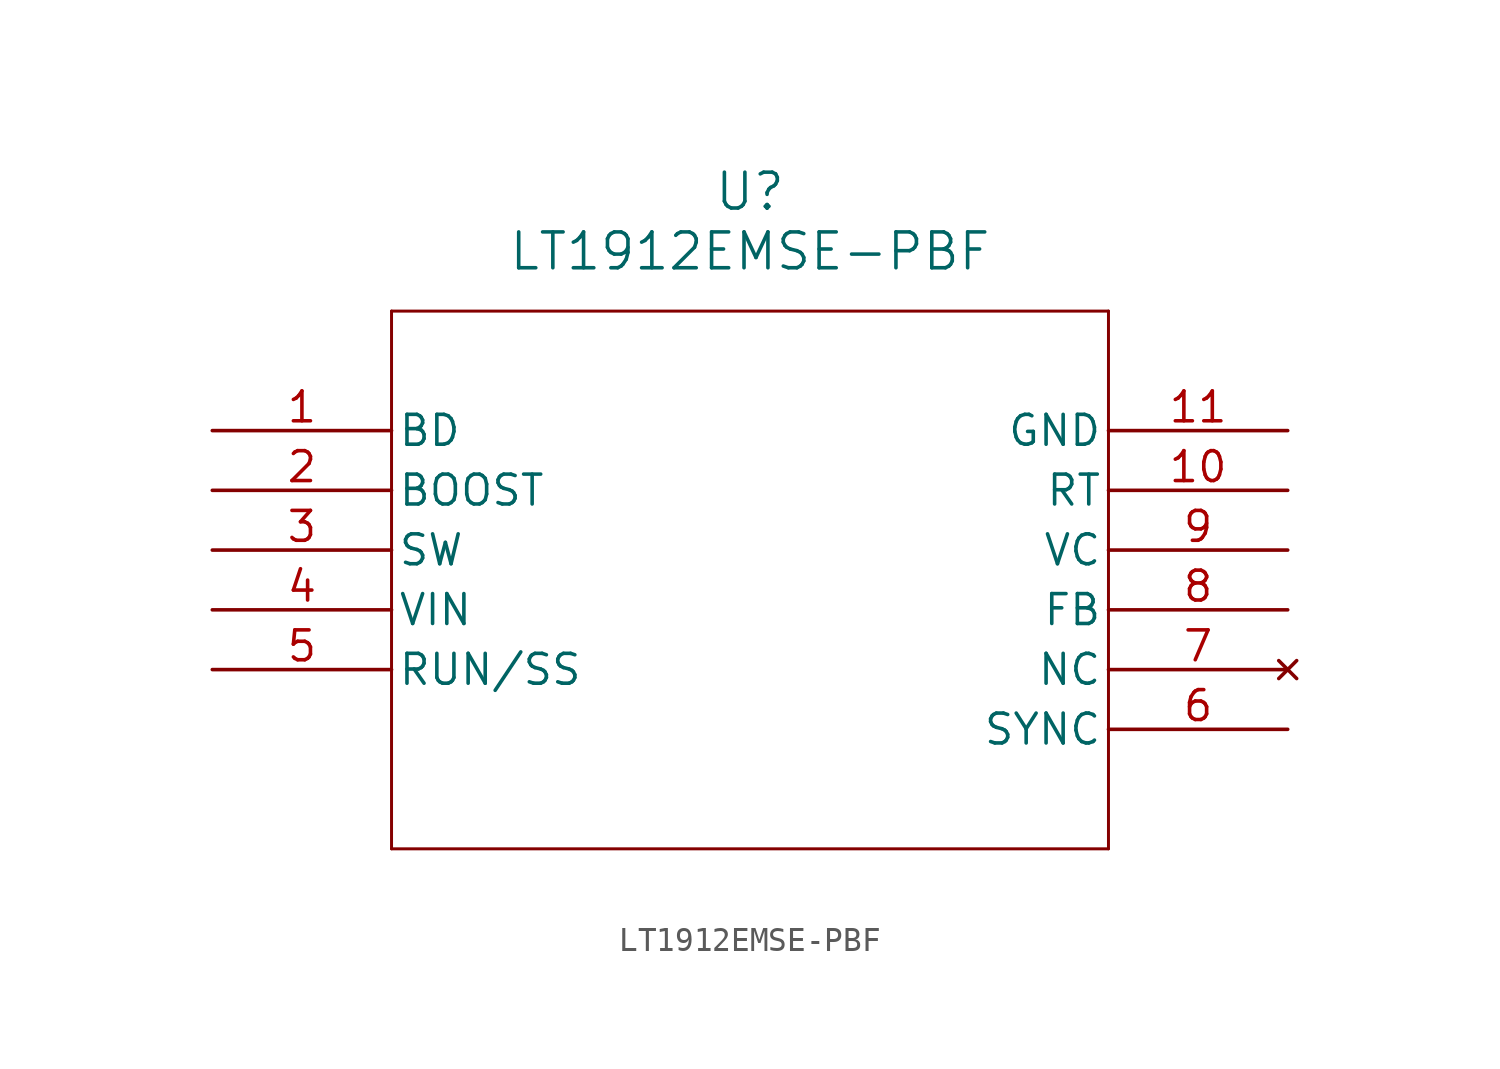
<source format=kicad_sym>
(kicad_symbol_lib
  (version 20211014)
  (generator kicad_symbol_editor)
  (symbol "LT1912EMSE-PBF"
    (pin_names
      (offset 0.254))
    (property "Reference" "U"
      (at 22.86 10.16 0)
      (effects (font (size 1.524 1.524))))
    (property "Value" "LT1912EMSE-PBF"
      (at 22.86 7.62 0)
      (effects (font (size 1.524 1.524))))
    (symbol "LT1912EMSE-PBF_0_1"
      (polyline (pts (xy 7.62 5.08) (xy 7.62 -17.78)) (stroke (width 0.127) (type default) (color 0 0 0 0)) (fill (type none)))
      (polyline (pts (xy 7.62 -17.78) (xy 38.1 -17.78)) (stroke (width 0.127) (type default) (color 0 0 0 0)) (fill (type none)))
      (polyline (pts (xy 38.1 -17.78) (xy 38.1 5.08)) (stroke (width 0.127) (type default) (color 0 0 0 0)) (fill (type none)))
      (polyline (pts (xy 38.1 5.08) (xy 7.62 5.08)) (stroke (width 0.127) (type default) (color 0 0 0 0)) (fill (type none)))
      (pin unspecified line (at 0 0 0) (length 7.62) (name "BD" (effects (font (size 1.27 1.27)))) (number "1" (effects (font (size 1.27 1.27)))))
      (pin unspecified line (at 0 -2.54 0) (length 7.62) (name "BOOST" (effects (font (size 1.27 1.27)))) (number "2" (effects (font (size 1.27 1.27)))))
      (pin unspecified line (at 0 -5.08 0) (length 7.62) (name "SW" (effects (font (size 1.27 1.27)))) (number "3" (effects (font (size 1.27 1.27)))))
      (pin input line (at 0 -7.62 0) (length 7.62) (name "VIN" (effects (font (size 1.27 1.27)))) (number "4" (effects (font (size 1.27 1.27)))))
      (pin unspecified line (at 0 -10.16 0) (length 7.62) (name "RUN/SS" (effects (font (size 1.27 1.27)))) (number "5" (effects (font (size 1.27 1.27)))))
      (pin input line (at 45.72 -12.7 180) (length 7.62) (name "SYNC" (effects (font (size 1.27 1.27)))) (number "6" (effects (font (size 1.27 1.27)))))
      (pin no_connect line (at 45.72 -10.16 180) (length 7.62) (name "NC" (effects (font (size 1.27 1.27)))) (number "7" (effects (font (size 1.27 1.27)))))
      (pin unspecified line (at 45.72 -7.62 180) (length 7.62) (name "FB" (effects (font (size 1.27 1.27)))) (number "8" (effects (font (size 1.27 1.27)))))
      (pin power_in line (at 45.72 -5.08 180) (length 7.62) (name "VC" (effects (font (size 1.27 1.27)))) (number "9" (effects (font (size 1.27 1.27)))))
      (pin input line (at 45.72 -2.54 180) (length 7.62) (name "RT" (effects (font (size 1.27 1.27)))) (number "10" (effects (font (size 1.27 1.27)))))
      (pin power_in line (at 45.72 0 180) (length 7.62) (name "GND" (effects (font (size 1.27 1.27)))) (number "11" (effects (font (size 1.27 1.27))))))))
</source>
